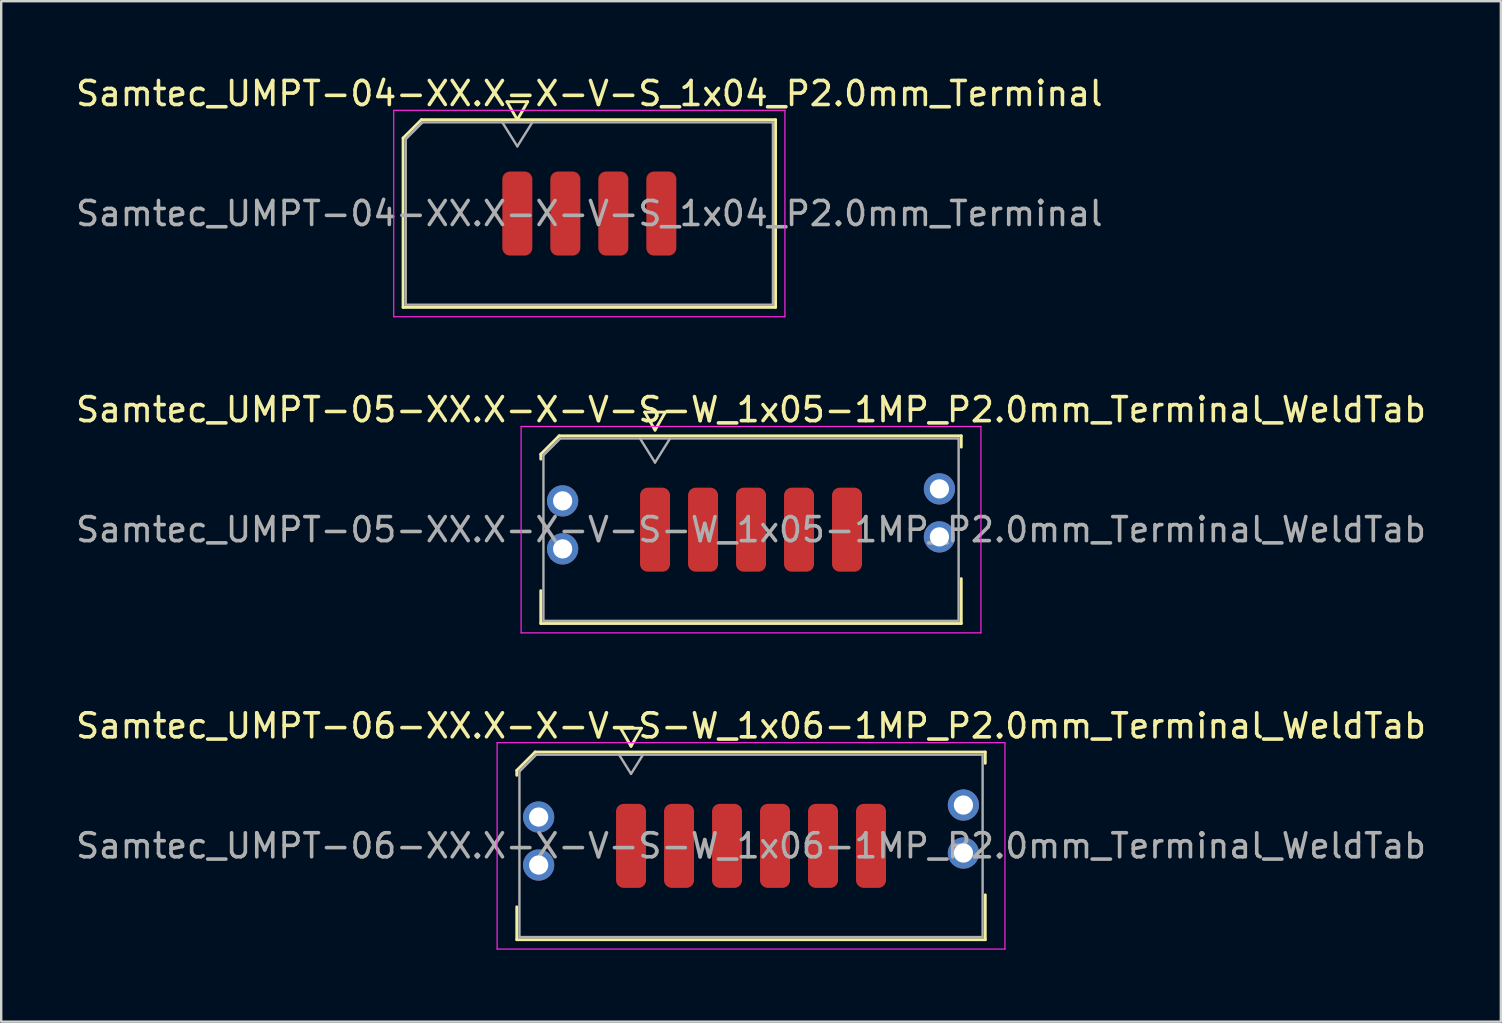
<source format=kicad_pcb>
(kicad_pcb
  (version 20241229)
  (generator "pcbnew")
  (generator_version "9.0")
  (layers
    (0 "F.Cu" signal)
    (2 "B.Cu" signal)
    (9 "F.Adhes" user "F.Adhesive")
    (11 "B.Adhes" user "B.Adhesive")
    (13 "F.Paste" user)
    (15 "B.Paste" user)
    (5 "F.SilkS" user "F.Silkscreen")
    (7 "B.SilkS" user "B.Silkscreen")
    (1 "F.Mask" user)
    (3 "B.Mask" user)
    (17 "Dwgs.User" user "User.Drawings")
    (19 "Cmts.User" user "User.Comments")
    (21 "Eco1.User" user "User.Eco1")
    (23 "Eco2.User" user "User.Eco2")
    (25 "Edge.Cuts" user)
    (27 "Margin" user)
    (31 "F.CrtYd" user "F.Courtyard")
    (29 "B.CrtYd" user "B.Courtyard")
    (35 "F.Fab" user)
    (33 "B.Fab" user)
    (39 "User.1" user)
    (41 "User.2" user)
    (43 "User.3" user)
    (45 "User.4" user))
  (footprint "Samtec_UMPT-04-XX.X-X-V-S_1x04_P2.0mm_Terminal"
    (layer "F.Cu")
    (at 21.506 5.848)
    (property "Reference" "Samtec_UMPT-04-XX.X-X-V-S_1x04_P2.0mm_Terminal" (at 0 -5 0) (layer "F.SilkS") (effects (font (size 1 1) (thickness 0.15))))
    (attr smd)
    (fp_line (start -7.76 -3.146) (end -6.996 -3.91) (stroke (width 0.12) (type solid)) (layer "F.SilkS"))
    (fp_line (start -7.76 3.91) (end -7.76 -3.146) (stroke (width 0.12) (type solid)) (layer "F.SilkS"))
    (fp_line (start -6.996 -3.91) (end 7.76 -3.91) (stroke (width 0.12) (type solid)) (layer "F.SilkS"))
    (fp_line (start -3.433 -4.66) (end -3 -3.91) (stroke (width 0.12) (type solid)) (layer "F.SilkS"))
    (fp_line (start -3 -3.91) (end -2.567 -4.66) (stroke (width 0.12) (type solid)) (layer "F.SilkS"))
    (fp_line (start -2.567 -4.66) (end -3.433 -4.66) (stroke (width 0.12) (type solid)) (layer "F.SilkS"))
    (fp_line (start 7.76 -3.91) (end 7.76 3.91) (stroke (width 0.12) (type solid)) (layer "F.SilkS"))
    (fp_line (start 7.76 3.91) (end -7.76 3.91) (stroke (width 0.12) (type solid)) (layer "F.SilkS"))
    (fp_line (start -8.15 -4.3) (end -8.15 4.3) (stroke (width 0.05) (type solid)) (layer "F.CrtYd"))
    (fp_line (start -8.15 4.3) (end 8.15 4.3) (stroke (width 0.05) (type solid)) (layer "F.CrtYd"))
    (fp_line (start 8.15 -4.3) (end -8.15 -4.3) (stroke (width 0.05) (type solid)) (layer "F.CrtYd"))
    (fp_line (start 8.15 4.3) (end 8.15 -4.3) (stroke (width 0.05) (type solid)) (layer "F.CrtYd"))
    (fp_line (start -7.65 -3.1) (end -6.95 -3.8) (stroke (width 0.1) (type solid)) (layer "F.Fab"))
    (fp_line (start -7.65 3.8) (end -7.65 -3.1) (stroke (width 0.1) (type solid)) (layer "F.Fab"))
    (fp_line (start -6.95 -3.8) (end 7.65 -3.8) (stroke (width 0.1) (type solid)) (layer "F.Fab"))
    (fp_line (start -3 -2.8) (end -3.625 -3.8) (stroke (width 0.1) (type solid)) (layer "F.Fab"))
    (fp_line (start -3 -2.8) (end -2.375 -3.8) (stroke (width 0.1) (type solid)) (layer "F.Fab"))
    (fp_line (start 7.65 -3.8) (end 7.65 3.8) (stroke (width 0.1) (type solid)) (layer "F.Fab"))
    (fp_line (start 7.65 3.8) (end -7.65 3.8) (stroke (width 0.1) (type solid)) (layer "F.Fab"))
    (fp_text user "${REFERENCE}" (at 0 0 0) (layer "F.Fab") (effects (font (size 1 1) (thickness 0.15))))
    (pad "1" smd roundrect (at -3 0) (size 1.25 3.5) (layers "F.Cu" "F.Mask" "F.Paste") (roundrect_rratio 0.25))
    (pad "2" smd roundrect (at -1 0) (size 1.25 3.5) (layers "F.Cu" "F.Mask" "F.Paste") (roundrect_rratio 0.25))
    (pad "3" smd roundrect (at 1 0) (size 1.25 3.5) (layers "F.Cu" "F.Mask" "F.Paste") (roundrect_rratio 0.25))
    (pad "4" smd roundrect (at 3 0) (size 1.25 3.5) (layers "F.Cu" "F.Mask" "F.Paste") (roundrect_rratio 0.25)))
  (footprint "Samtec_UMPT-05-XX.X-X-V-S-W_1x05-1MP_P2.0mm_Terminal_WeldTab"
    (layer "F.Cu")
    (at 28.244 19.021)
    (property "Reference" "Samtec_UMPT-05-XX.X-X-V-S-W_1x05-1MP_P2.0mm_Terminal_WeldTab" (at 0 -5 0) (layer "F.SilkS") (effects (font (size 1 1) (thickness 0.15))))
    (attr smd)
    (fp_line (start -8.76 -3.146) (end -7.996 -3.91) (stroke (width 0.12) (type solid)) (layer "F.SilkS"))
    (fp_line (start -8.76 -2.94) (end -8.76 -3.146) (stroke (width 0.12) (type solid)) (layer "F.SilkS"))
    (fp_line (start -8.76 3.91) (end -8.76 2.54) (stroke (width 0.12) (type solid)) (layer "F.SilkS"))
    (fp_line (start -7.996 -3.91) (end 8.76 -3.91) (stroke (width 0.12) (type solid)) (layer "F.SilkS"))
    (fp_line (start -4.433 -4.9) (end -4 -4.15) (stroke (width 0.12) (type solid)) (layer "F.SilkS"))
    (fp_line (start -4 -4.15) (end -3.567 -4.9) (stroke (width 0.12) (type solid)) (layer "F.SilkS"))
    (fp_line (start -3.567 -4.9) (end -4.433 -4.9) (stroke (width 0.12) (type solid)) (layer "F.SilkS"))
    (fp_line (start 8.76 -3.91) (end 8.76 -3.44) (stroke (width 0.12) (type solid)) (layer "F.SilkS"))
    (fp_line (start 8.76 2.04) (end 8.76 3.91) (stroke (width 0.12) (type solid)) (layer "F.SilkS"))
    (fp_line (start 8.76 3.91) (end -8.76 3.91) (stroke (width 0.12) (type solid)) (layer "F.SilkS"))
    (fp_line (start -9.58 -4.3) (end -9.58 4.3) (stroke (width 0.05) (type solid)) (layer "F.CrtYd"))
    (fp_line (start -9.58 4.3) (end 9.58 4.3) (stroke (width 0.05) (type solid)) (layer "F.CrtYd"))
    (fp_line (start 9.58 -4.3) (end -9.58 -4.3) (stroke (width 0.05) (type solid)) (layer "F.CrtYd"))
    (fp_line (start 9.58 4.3) (end 9.58 -4.3) (stroke (width 0.05) (type solid)) (layer "F.CrtYd"))
    (fp_line (start -8.65 -3.1) (end -7.95 -3.8) (stroke (width 0.1) (type solid)) (layer "F.Fab"))
    (fp_line (start -8.65 3.8) (end -8.65 -3.1) (stroke (width 0.1) (type solid)) (layer "F.Fab"))
    (fp_line (start -7.95 -3.8) (end 8.65 -3.8) (stroke (width 0.1) (type solid)) (layer "F.Fab"))
    (fp_line (start -4 -2.8) (end -4.625 -3.8) (stroke (width 0.1) (type solid)) (layer "F.Fab"))
    (fp_line (start -4 -2.8) (end -3.375 -3.8) (stroke (width 0.1) (type solid)) (layer "F.Fab"))
    (fp_line (start 8.65 -3.8) (end 8.65 3.8) (stroke (width 0.1) (type solid)) (layer "F.Fab"))
    (fp_line (start 8.65 3.8) (end -8.65 3.8) (stroke (width 0.1) (type solid)) (layer "F.Fab"))
    (fp_text user "${REFERENCE}" (at 0 0 0) (layer "F.Fab") (effects (font (size 1 1) (thickness 0.15))))
    (pad "" smd rect (at -7.85 -1.54) (size 2.45 2.28) (layers "F.Paste"))
    (pad "" smd rect (at -7.85 1.14) (size 2.45 2.28) (layers "F.Paste"))
    (pad "" smd rect (at 7.85 -2.04) (size 2.45 2.28) (layers "F.Paste"))
    (pad "" smd rect (at 7.85 0.64) (size 2.45 2.28) (layers "F.Paste"))
    (pad "1" smd roundrect (at -4 0) (size 1.25 3.5) (layers "F.Cu" "F.Mask" "F.Paste") (roundrect_rratio 0.25))
    (pad "2" smd roundrect (at -2 0) (size 1.25 3.5) (layers "F.Cu" "F.Mask" "F.Paste") (roundrect_rratio 0.25))
    (pad "3" smd roundrect (at 0 0) (size 1.25 3.5) (layers "F.Cu" "F.Mask" "F.Paste") (roundrect_rratio 0.25))
    (pad "4" smd roundrect (at 2 0) (size 1.25 3.5) (layers "F.Cu" "F.Mask" "F.Paste") (roundrect_rratio 0.25))
    (pad "5" smd roundrect (at 4 0) (size 1.25 3.5) (layers "F.Cu" "F.Mask" "F.Paste") (roundrect_rratio 0.25))
    (pad "MP" thru_hole circle (at -7.85 -1.2) (size 1.3 1.3) (drill 0.8) (layers "*.Cu" "*.Mask"))
    (pad "MP" thru_hole circle (at -7.85 0.8) (size 1.3 1.3) (drill 0.8) (layers "*.Cu" "*.Mask"))
    (pad "MP" thru_hole circle (at 7.85 -1.7) (size 1.3 1.3) (drill 0.8) (layers "*.Cu" "*.Mask"))
    (pad "MP" thru_hole circle (at 7.85 0.3) (size 1.3 1.3) (drill 0.8) (layers "*.Cu" "*.Mask")))
  (footprint "Samtec_UMPT-06-XX.X-X-V-S-W_1x06-1MP_P2.0mm_Terminal_WeldTab"
    (layer "F.Cu")
    (at 28.244 32.195)
    (property "Reference" "Samtec_UMPT-06-XX.X-X-V-S-W_1x06-1MP_P2.0mm_Terminal_WeldTab" (at 0 -5 0) (layer "F.SilkS") (effects (font (size 1 1) (thickness 0.15))))
    (attr smd)
    (fp_line (start -9.76 -3.146) (end -8.996 -3.91) (stroke (width 0.12) (type solid)) (layer "F.SilkS"))
    (fp_line (start -9.76 -2.94) (end -9.76 -3.146) (stroke (width 0.12) (type solid)) (layer "F.SilkS"))
    (fp_line (start -9.76 3.91) (end -9.76 2.54) (stroke (width 0.12) (type solid)) (layer "F.SilkS"))
    (fp_line (start -8.996 -3.91) (end 9.76 -3.91) (stroke (width 0.12) (type solid)) (layer "F.SilkS"))
    (fp_line (start -5.433 -4.9) (end -5 -4.15) (stroke (width 0.12) (type solid)) (layer "F.SilkS"))
    (fp_line (start -5 -4.15) (end -4.567 -4.9) (stroke (width 0.12) (type solid)) (layer "F.SilkS"))
    (fp_line (start -4.567 -4.9) (end -5.433 -4.9) (stroke (width 0.12) (type solid)) (layer "F.SilkS"))
    (fp_line (start 9.76 -3.91) (end 9.76 -3.44) (stroke (width 0.12) (type solid)) (layer "F.SilkS"))
    (fp_line (start 9.76 2.04) (end 9.76 3.91) (stroke (width 0.12) (type solid)) (layer "F.SilkS"))
    (fp_line (start 9.76 3.91) (end -9.76 3.91) (stroke (width 0.12) (type solid)) (layer "F.SilkS"))
    (fp_line (start -10.58 -4.3) (end -10.58 4.3) (stroke (width 0.05) (type solid)) (layer "F.CrtYd"))
    (fp_line (start -10.58 4.3) (end 10.58 4.3) (stroke (width 0.05) (type solid)) (layer "F.CrtYd"))
    (fp_line (start 10.58 -4.3) (end -10.58 -4.3) (stroke (width 0.05) (type solid)) (layer "F.CrtYd"))
    (fp_line (start 10.58 4.3) (end 10.58 -4.3) (stroke (width 0.05) (type solid)) (layer "F.CrtYd"))
    (fp_line (start -9.65 -3.1) (end -8.95 -3.8) (stroke (width 0.1) (type solid)) (layer "F.Fab"))
    (fp_line (start -9.65 3.8) (end -9.65 -3.1) (stroke (width 0.1) (type solid)) (layer "F.Fab"))
    (fp_line (start -8.95 -3.8) (end 9.65 -3.8) (stroke (width 0.1) (type solid)) (layer "F.Fab"))
    (fp_line (start -5.5 -3.8) (end -5 -3) (stroke (width 0.1) (type solid)) (layer "F.Fab"))
    (fp_line (start -5 -3) (end -4.5 -3.8) (stroke (width 0.1) (type solid)) (layer "F.Fab"))
    (fp_line (start -4.5 -3.8) (end -5.5 -3.8) (stroke (width 0.1) (type solid)) (layer "F.Fab"))
    (fp_line (start 9.65 -3.8) (end 9.65 3.8) (stroke (width 0.1) (type solid)) (layer "F.Fab"))
    (fp_line (start 9.65 3.8) (end -9.65 3.8) (stroke (width 0.1) (type solid)) (layer "F.Fab"))
    (fp_text user "${REFERENCE}" (at 0 0 0) (layer "F.Fab") (effects (font (size 1 1) (thickness 0.15))))
    (pad "" smd rect (at -8.85 -1.54) (size 2.45 2.28) (layers "F.Paste"))
    (pad "" smd rect (at -8.85 1.14) (size 2.45 2.28) (layers "F.Paste"))
    (pad "" smd rect (at 8.85 -2.04) (size 2.45 2.28) (layers "F.Paste"))
    (pad "" smd rect (at 8.85 0.64) (size 2.45 2.28) (layers "F.Paste"))
    (pad "1" smd roundrect (at -5 0) (size 1.25 3.5) (layers "F.Cu" "F.Mask" "F.Paste") (roundrect_rratio 0.25))
    (pad "2" smd roundrect (at -3 0) (size 1.25 3.5) (layers "F.Cu" "F.Mask" "F.Paste") (roundrect_rratio 0.25))
    (pad "3" smd roundrect (at -1 0) (size 1.25 3.5) (layers "F.Cu" "F.Mask" "F.Paste") (roundrect_rratio 0.25))
    (pad "4" smd roundrect (at 1 0) (size 1.25 3.5) (layers "F.Cu" "F.Mask" "F.Paste") (roundrect_rratio 0.25))
    (pad "5" smd roundrect (at 3 0) (size 1.25 3.5) (layers "F.Cu" "F.Mask" "F.Paste") (roundrect_rratio 0.25))
    (pad "6" smd roundrect (at 5 0) (size 1.25 3.5) (layers "F.Cu" "F.Mask" "F.Paste") (roundrect_rratio 0.25))
    (pad "MP" thru_hole circle (at -8.85 -1.2) (size 1.3 1.3) (drill 0.8) (layers "*.Cu" "*.Mask"))
    (pad "MP" thru_hole circle (at -8.85 0.8) (size 1.3 1.3) (drill 0.8) (layers "*.Cu" "*.Mask"))
    (pad "MP" thru_hole circle (at 8.85 -1.7) (size 1.3 1.3) (drill 0.8) (layers "*.Cu" "*.Mask"))
    (pad "MP" thru_hole circle (at 8.85 0.3) (size 1.3 1.3) (drill 0.8) (layers "*.Cu" "*.Mask")))
  (gr_rect
    (start -3 -3)
    (end 59.488 39.52)
    (stroke (width 0.1) (type default))
    (fill no)
    (layer "Edge.Cuts")))
</source>
